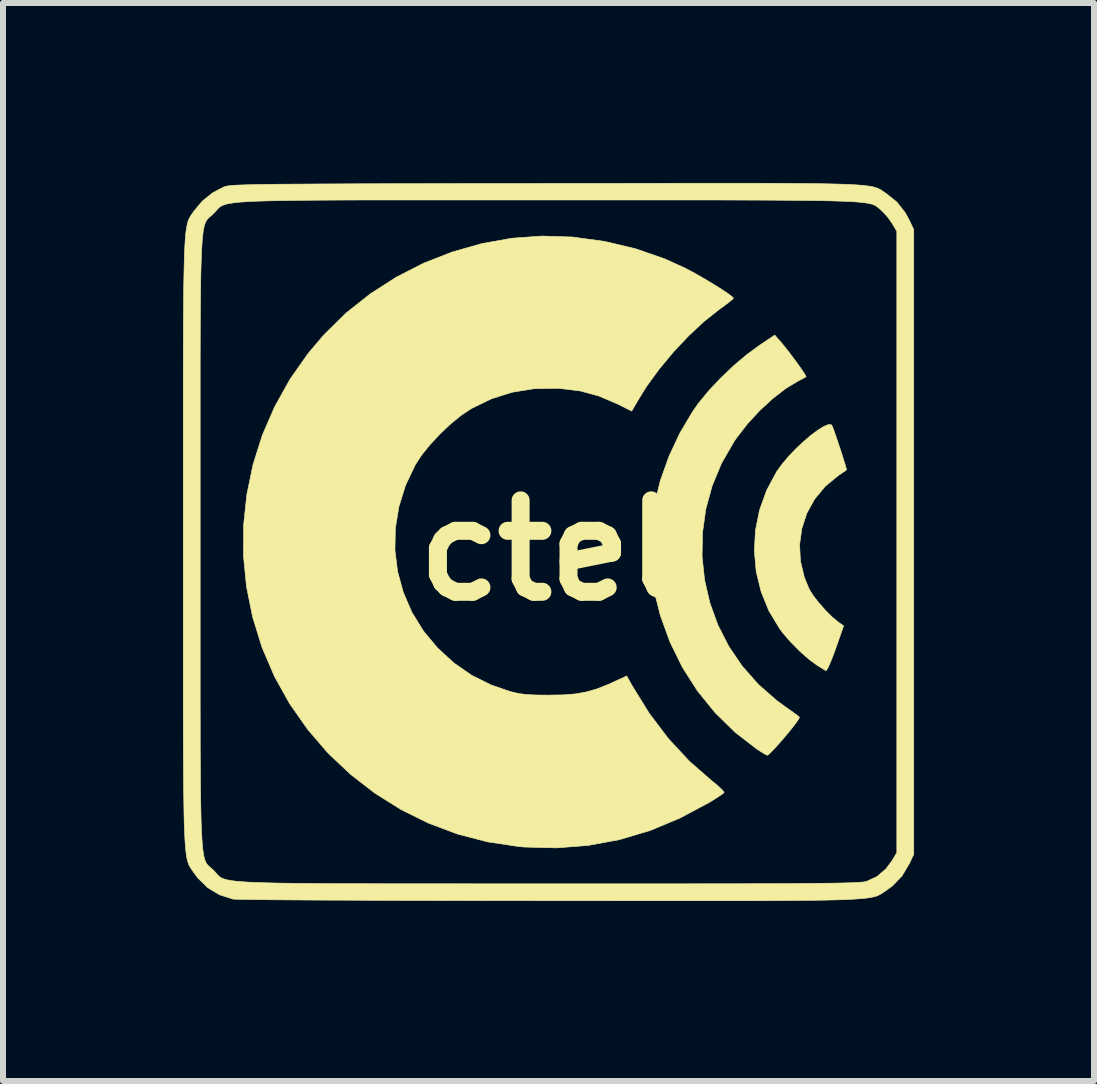
<source format=kicad_pcb>
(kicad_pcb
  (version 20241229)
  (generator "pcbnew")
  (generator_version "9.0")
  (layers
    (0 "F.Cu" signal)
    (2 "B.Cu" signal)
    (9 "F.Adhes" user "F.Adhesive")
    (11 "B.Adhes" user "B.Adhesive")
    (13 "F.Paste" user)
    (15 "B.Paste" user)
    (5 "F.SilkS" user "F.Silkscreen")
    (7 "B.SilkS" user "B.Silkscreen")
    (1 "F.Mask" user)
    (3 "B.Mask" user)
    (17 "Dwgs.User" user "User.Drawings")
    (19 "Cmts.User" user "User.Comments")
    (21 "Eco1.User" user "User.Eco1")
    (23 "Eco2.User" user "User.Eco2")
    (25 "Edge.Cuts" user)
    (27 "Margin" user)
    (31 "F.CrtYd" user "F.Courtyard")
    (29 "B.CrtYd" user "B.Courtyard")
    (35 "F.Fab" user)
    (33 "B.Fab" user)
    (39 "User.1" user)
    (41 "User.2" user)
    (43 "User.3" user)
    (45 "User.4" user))
  (footprint "ctel"
    (layer "F.Cu")
    (at 6.101 6.126)
    (property "Reference" "ctel" (at 0 0 0) (layer "F.SilkS") (effects (font (size 1.524 1.524) (thickness 0.3))))
    (attr through_hole)
    (fp_poly (pts (xy 4.709 -2.094) (xy 4.716 -2.086) (xy 4.733 -2.048) (xy 4.761 -1.971) (xy 4.797 -1.867) (xy 4.837 -1.748) (xy 4.877 -1.626) (xy 4.913 -1.512) (xy 4.942 -1.419) (xy 4.958 -1.358) (xy 4.96 -1.341) (xy 4.935 -1.323) (xy 4.877 -1.284) (xy 4.826 -1.25) (xy 4.607 -1.07) (xy 4.431 -0.858) (xy 4.3 -0.621) (xy 4.216 -0.365) (xy 4.179 -0.097) (xy 4.193 0.177) (xy 4.258 0.449) (xy 4.34 0.648) (xy 4.405 0.752) (xy 4.501 0.876) (xy 4.613 1.002) (xy 4.728 1.116) (xy 4.831 1.2) (xy 4.834 1.203) (xy 4.913 1.257) (xy 4.81 1.552) (xy 4.751 1.718) (xy 4.699 1.851) (xy 4.657 1.946) (xy 4.628 1.997) (xy 4.619 2.004) (xy 4.593 1.99) (xy 4.534 1.954) (xy 4.473 1.916) (xy 4.335 1.815) (xy 4.183 1.681) (xy 4.033 1.53) (xy 3.901 1.377) (xy 3.849 1.308) (xy 3.668 1.009) (xy 3.538 0.689) (xy 3.456 0.355) (xy 3.425 0.012) (xy 3.443 -0.332) (xy 3.511 -0.672) (xy 3.629 -1) (xy 3.796 -1.312) (xy 3.809 -1.331) (xy 3.898 -1.452) (xy 4.005 -1.577) (xy 4.124 -1.701) (xy 4.248 -1.817) (xy 4.37 -1.921) (xy 4.485 -2.006) (xy 4.583 -2.067) (xy 4.66 -2.098) (xy 4.709 -2.094)) (stroke (width 0.01) (type solid)) (fill yes) (layer "F.SilkS"))
    (fp_poly (pts (xy 3.872 -3.467) (xy 3.937 -3.388) (xy 4.012 -3.292) (xy 4.09 -3.188) (xy 4.164 -3.087) (xy 4.226 -2.998) (xy 4.269 -2.932) (xy 4.287 -2.897) (xy 4.286 -2.895) (xy 4.257 -2.878) (xy 4.195 -2.845) (xy 4.159 -2.827) (xy 3.95 -2.701) (xy 3.732 -2.533) (xy 3.515 -2.333) (xy 3.31 -2.111) (xy 3.128 -1.876) (xy 3.085 -1.813) (xy 2.877 -1.452) (xy 2.721 -1.075) (xy 2.615 -0.688) (xy 2.56 -0.294) (xy 2.553 0.1) (xy 2.595 0.492) (xy 2.683 0.875) (xy 2.818 1.246) (xy 2.998 1.599) (xy 3.222 1.929) (xy 3.49 2.233) (xy 3.8 2.505) (xy 3.964 2.624) (xy 4.058 2.689) (xy 4.13 2.742) (xy 4.171 2.776) (xy 4.177 2.783) (xy 4.159 2.818) (xy 4.112 2.885) (xy 4.044 2.973) (xy 3.962 3.073) (xy 3.875 3.175) (xy 3.791 3.27) (xy 3.718 3.348) (xy 3.665 3.399) (xy 3.641 3.415) (xy 3.608 3.4) (xy 3.543 3.361) (xy 3.467 3.312) (xy 3.102 3.03) (xy 2.771 2.705) (xy 2.478 2.344) (xy 2.226 1.95) (xy 2.018 1.527) (xy 1.857 1.082) (xy 1.774 0.753) (xy 1.74 0.543) (xy 1.718 0.295) (xy 1.709 0.027) (xy 1.711 -0.244) (xy 1.725 -0.5) (xy 1.753 -0.725) (xy 1.759 -0.762) (xy 1.857 -1.162) (xy 2 -1.564) (xy 2.181 -1.952) (xy 2.393 -2.31) (xy 2.496 -2.457) (xy 2.663 -2.66) (xy 2.864 -2.873) (xy 3.082 -3.081) (xy 3.304 -3.268) (xy 3.502 -3.413) (xy 3.765 -3.59) (xy 3.872 -3.467)) (stroke (width 0.01) (type solid)) (fill yes) (layer "F.SilkS"))
    (fp_poly (pts (xy 0.388 -5.225) (xy 0.926 -5.152) (xy 1.442 -5.03) (xy 1.932 -4.86) (xy 2.269 -4.707) (xy 2.385 -4.646) (xy 2.515 -4.573) (xy 2.65 -4.494) (xy 2.78 -4.415) (xy 2.897 -4.341) (xy 2.991 -4.277) (xy 3.054 -4.23) (xy 3.076 -4.205) (xy 3.055 -4.182) (xy 2.997 -4.135) (xy 2.912 -4.07) (xy 2.843 -4.021) (xy 2.588 -3.819) (xy 2.328 -3.577) (xy 2.073 -3.306) (xy 1.835 -3.019) (xy 1.625 -2.73) (xy 1.505 -2.537) (xy 1.38 -2.323) (xy 1.142 -2.442) (xy 0.833 -2.574) (xy 0.52 -2.659) (xy 0.185 -2.7) (xy 0.127 -2.703) (xy -0.254 -2.695) (xy -0.613 -2.637) (xy -0.958 -2.528) (xy -1.29 -2.367) (xy -1.454 -2.259) (xy -1.633 -2.114) (xy -1.812 -1.945) (xy -1.98 -1.765) (xy -2.124 -1.587) (xy -2.226 -1.431) (xy -2.39 -1.086) (xy -2.501 -0.73) (xy -2.56 -0.368) (xy -2.567 -0.006) (xy -2.523 0.351) (xy -2.428 0.699) (xy -2.284 1.032) (xy -2.09 1.346) (xy -1.858 1.625) (xy -1.581 1.879) (xy -1.286 2.083) (xy -0.963 2.243) (xy -0.657 2.349) (xy -0.558 2.374) (xy -0.463 2.392) (xy -0.356 2.404) (xy -0.224 2.41) (xy -0.054 2.412) (xy 0 2.412) (xy 0.241 2.408) (xy 0.442 2.392) (xy 0.622 2.36) (xy 0.796 2.31) (xy 0.982 2.237) (xy 1.09 2.188) (xy 1.297 2.093) (xy 1.386 2.253) (xy 1.675 2.72) (xy 1.995 3.142) (xy 2.344 3.517) (xy 2.702 3.83) (xy 2.797 3.907) (xy 2.87 3.973) (xy 2.913 4.02) (xy 2.92 4.037) (xy 2.891 4.061) (xy 2.824 4.106) (xy 2.732 4.165) (xy 2.673 4.201) (xy 2.185 4.462) (xy 1.686 4.67) (xy 1.175 4.822) (xy 0.654 4.918) (xy 0.124 4.959) (xy -0.413 4.945) (xy -0.507 4.936) (xy -1.021 4.859) (xy -1.522 4.729) (xy -2.005 4.548) (xy -2.466 4.32) (xy -2.903 4.046) (xy -3.311 3.73) (xy -3.686 3.375) (xy -4.024 2.981) (xy -4.323 2.554) (xy -4.574 2.103) (xy -4.784 1.613) (xy -4.939 1.111) (xy -5.042 0.602) (xy -5.092 0.09) (xy -5.09 -0.423) (xy -5.036 -0.932) (xy -4.932 -1.433) (xy -4.777 -1.923) (xy -4.571 -2.397) (xy -4.317 -2.852) (xy -4.014 -3.284) (xy -3.749 -3.596) (xy -3.383 -3.956) (xy -2.981 -4.275) (xy -2.549 -4.553) (xy -2.092 -4.787) (xy -1.615 -4.974) (xy -1.123 -5.114) (xy -0.622 -5.204) (xy -0.116 -5.241) (xy 0.388 -5.225)) (stroke (width 0.01) (type solid)) (fill yes) (layer "F.SilkS"))
    (fp_poly (pts (xy 3.066 -6.121) (xy 3.429 -6.121) (xy 3.752 -6.12) (xy 4.039 -6.118) (xy 4.291 -6.116) (xy 4.511 -6.114) (xy 4.702 -6.11) (xy 4.865 -6.106) (xy 5.004 -6.1) (xy 5.121 -6.094) (xy 5.218 -6.087) (xy 5.298 -6.078) (xy 5.363 -6.069) (xy 5.415 -6.058) (xy 5.457 -6.045) (xy 5.492 -6.032) (xy 5.522 -6.017) (xy 5.55 -6) (xy 5.577 -5.981) (xy 5.606 -5.961) (xy 5.622 -5.951) (xy 5.802 -5.806) (xy 5.943 -5.626) (xy 6.008 -5.505) (xy 6.082 -5.348) (xy 6.082 5.066) (xy 6.008 5.222) (xy 5.886 5.427) (xy 5.729 5.591) (xy 5.622 5.669) (xy 5.591 5.69) (xy 5.563 5.709) (xy 5.536 5.726) (xy 5.507 5.742) (xy 5.475 5.757) (xy 5.436 5.77) (xy 5.388 5.781) (xy 5.329 5.791) (xy 5.256 5.8) (xy 5.166 5.808) (xy 5.058 5.815) (xy 4.929 5.821) (xy 4.776 5.826) (xy 4.597 5.83) (xy 4.389 5.833) (xy 4.151 5.835) (xy 3.878 5.837) (xy 3.57 5.839) (xy 3.223 5.84) (xy 2.836 5.84) (xy 2.404 5.84) (xy 1.927 5.84) (xy 1.402 5.84) (xy 0.826 5.839) (xy 0.197 5.839) (xy 0.001 5.839) (xy -0.536 5.838) (xy -1.058 5.838) (xy -1.563 5.837) (xy -2.049 5.836) (xy -2.511 5.835) (xy -2.948 5.833) (xy -3.356 5.831) (xy -3.733 5.83) (xy -4.075 5.828) (xy -4.38 5.826) (xy -4.645 5.824) (xy -4.867 5.821) (xy -5.043 5.819) (xy -5.17 5.817) (xy -5.246 5.814) (xy -5.266 5.813) (xy -5.491 5.741) (xy -5.69 5.621) (xy -5.856 5.458) (xy -5.911 5.383) (xy -5.934 5.351) (xy -5.954 5.321) (xy -5.973 5.294) (xy -5.99 5.265) (xy -6.006 5.232) (xy -6.019 5.193) (xy -6.032 5.145) (xy -6.043 5.086) (xy -6.052 5.013) (xy -6.061 4.924) (xy -6.068 4.816) (xy -6.074 4.688) (xy -6.08 4.535) (xy -6.084 4.356) (xy -6.087 4.149) (xy -6.09 3.91) (xy -6.092 3.638) (xy -6.094 3.33) (xy -6.095 2.983) (xy -6.096 2.595) (xy -6.096 2.163) (xy -6.096 1.685) (xy -6.096 1.159) (xy -6.096 0.581) (xy -6.096 -0.05) (xy -6.096 -0.141) (xy -6.096 -0.78) (xy -6.096 -1.365) (xy -6.096 -1.898) (xy -6.096 -2.256) (xy -5.814 -2.256) (xy -5.814 -1.757) (xy -5.814 -1.208) (xy -5.814 -0.607) (xy -5.814 -0.141) (xy -5.814 0.499) (xy -5.814 1.085) (xy -5.814 1.62) (xy -5.814 2.106) (xy -5.814 2.545) (xy -5.813 2.94) (xy -5.813 3.293) (xy -5.811 3.607) (xy -5.809 3.884) (xy -5.806 4.127) (xy -5.802 4.337) (xy -5.798 4.519) (xy -5.792 4.673) (xy -5.785 4.803) (xy -5.777 4.911) (xy -5.768 5) (xy -5.757 5.071) (xy -5.745 5.128) (xy -5.731 5.172) (xy -5.715 5.207) (xy -5.698 5.234) (xy -5.678 5.256) (xy -5.656 5.276) (xy -5.633 5.296) (xy -5.607 5.319) (xy -5.586 5.338) (xy -5.562 5.365) (xy -5.541 5.389) (xy -5.522 5.411) (xy -5.502 5.431) (xy -5.478 5.449) (xy -5.449 5.465) (xy -5.411 5.479) (xy -5.363 5.492) (xy -5.302 5.504) (xy -5.225 5.514) (xy -5.13 5.522) (xy -5.015 5.53) (xy -4.877 5.536) (xy -4.714 5.541) (xy -4.523 5.546) (xy -4.302 5.549) (xy -4.049 5.552) (xy -3.76 5.554) (xy -3.434 5.555) (xy -3.069 5.556) (xy -2.661 5.557) (xy -2.208 5.557) (xy -1.708 5.557) (xy -1.159 5.558) (xy -0.558 5.558) (xy -0.012 5.558) (xy 0.631 5.558) (xy 1.221 5.558) (xy 1.758 5.558) (xy 2.247 5.558) (xy 2.688 5.557) (xy 3.085 5.557) (xy 3.44 5.556) (xy 3.754 5.555) (xy 4.032 5.554) (xy 4.274 5.552) (xy 4.484 5.55) (xy 4.664 5.548) (xy 4.815 5.546) (xy 4.941 5.543) (xy 5.044 5.54) (xy 5.126 5.536) (xy 5.19 5.532) (xy 5.237 5.528) (xy 5.271 5.523) (xy 5.294 5.518) (xy 5.468 5.438) (xy 5.619 5.309) (xy 5.722 5.17) (xy 5.8 5.038) (xy 5.8 -5.32) (xy 5.722 -5.452) (xy 5.654 -5.549) (xy 5.572 -5.641) (xy 5.539 -5.671) (xy 5.515 -5.692) (xy 5.494 -5.711) (xy 5.473 -5.728) (xy 5.451 -5.744) (xy 5.424 -5.758) (xy 5.39 -5.771) (xy 5.347 -5.782) (xy 5.291 -5.792) (xy 5.222 -5.801) (xy 5.136 -5.809) (xy 5.031 -5.816) (xy 4.904 -5.821) (xy 4.753 -5.826) (xy 4.576 -5.83) (xy 4.369 -5.834) (xy 4.132 -5.836) (xy 3.86 -5.838) (xy 3.553 -5.84) (xy 3.206 -5.841) (xy 2.819 -5.842) (xy 2.388 -5.842) (xy 1.911 -5.842) (xy 1.385 -5.842) (xy 0.809 -5.842) (xy 0.179 -5.842) (xy 0 -5.842) (xy -0.647 -5.842) (xy -1.24 -5.842) (xy -1.782 -5.842) (xy -2.274 -5.842) (xy -2.72 -5.842) (xy -3.122 -5.842) (xy -3.481 -5.841) (xy -3.801 -5.839) (xy -4.084 -5.837) (xy -4.333 -5.834) (xy -4.549 -5.831) (xy -4.736 -5.826) (xy -4.895 -5.821) (xy -5.03 -5.814) (xy -5.142 -5.807) (xy -5.234 -5.798) (xy -5.309 -5.787) (xy -5.368 -5.776) (xy -5.415 -5.762) (xy -5.452 -5.747) (xy -5.48 -5.73) (xy -5.503 -5.712) (xy -5.524 -5.691) (xy -5.543 -5.668) (xy -5.565 -5.643) (xy -5.587 -5.62) (xy -5.614 -5.594) (xy -5.64 -5.573) (xy -5.663 -5.553) (xy -5.684 -5.532) (xy -5.703 -5.509) (xy -5.72 -5.48) (xy -5.735 -5.443) (xy -5.749 -5.395) (xy -5.761 -5.335) (xy -5.771 -5.259) (xy -5.78 -5.165) (xy -5.787 -5.051) (xy -5.794 -4.915) (xy -5.799 -4.753) (xy -5.804 -4.563) (xy -5.807 -4.344) (xy -5.81 -4.092) (xy -5.812 -3.805) (xy -5.813 -3.48) (xy -5.814 -3.115) (xy -5.814 -2.708) (xy -5.814 -2.256) (xy -6.096 -2.256) (xy -6.096 -2.383) (xy -6.096 -2.82) (xy -6.095 -3.214) (xy -6.094 -3.567) (xy -6.093 -3.88) (xy -6.09 -4.157) (xy -6.088 -4.4) (xy -6.084 -4.612) (xy -6.08 -4.794) (xy -6.075 -4.95) (xy -6.069 -5.082) (xy -6.062 -5.193) (xy -6.054 -5.284) (xy -6.044 -5.359) (xy -6.033 -5.42) (xy -6.021 -5.469) (xy -6.008 -5.509) (xy -5.992 -5.542) (xy -5.976 -5.572) (xy -5.957 -5.6) (xy -5.937 -5.629) (xy -5.914 -5.661) (xy -5.911 -5.665) (xy -5.776 -5.825) (xy -5.605 -5.962) (xy -5.419 -6.06) (xy -5.401 -6.066) (xy -5.379 -6.072) (xy -5.349 -6.077) (xy -5.31 -6.081) (xy -5.26 -6.086) (xy -5.194 -6.09) (xy -5.112 -6.093) (xy -5.011 -6.096) (xy -4.888 -6.099) (xy -4.741 -6.101) (xy -4.567 -6.104) (xy -4.364 -6.106) (xy -4.13 -6.107) (xy -3.861 -6.109) (xy -3.557 -6.11) (xy -3.213 -6.112) (xy -2.828 -6.113) (xy -2.399 -6.114) (xy -1.925 -6.115) (xy -1.401 -6.116) (xy -0.826 -6.116) (xy -0.198 -6.117) (xy -0.073 -6.118) (xy 0.577 -6.119) (xy 1.173 -6.119) (xy 1.718 -6.12) (xy 2.213 -6.121) (xy 2.662 -6.121) (xy 3.066 -6.121)) (stroke (width 0.01) (type solid)) (fill yes) (layer "F.SilkS")))
  (gr_rect
    (start -3 -3)
    (end 15.188 14.971)
    (stroke (width 0.1) (type default))
    (fill no)
    (layer "Edge.Cuts")))
</source>
